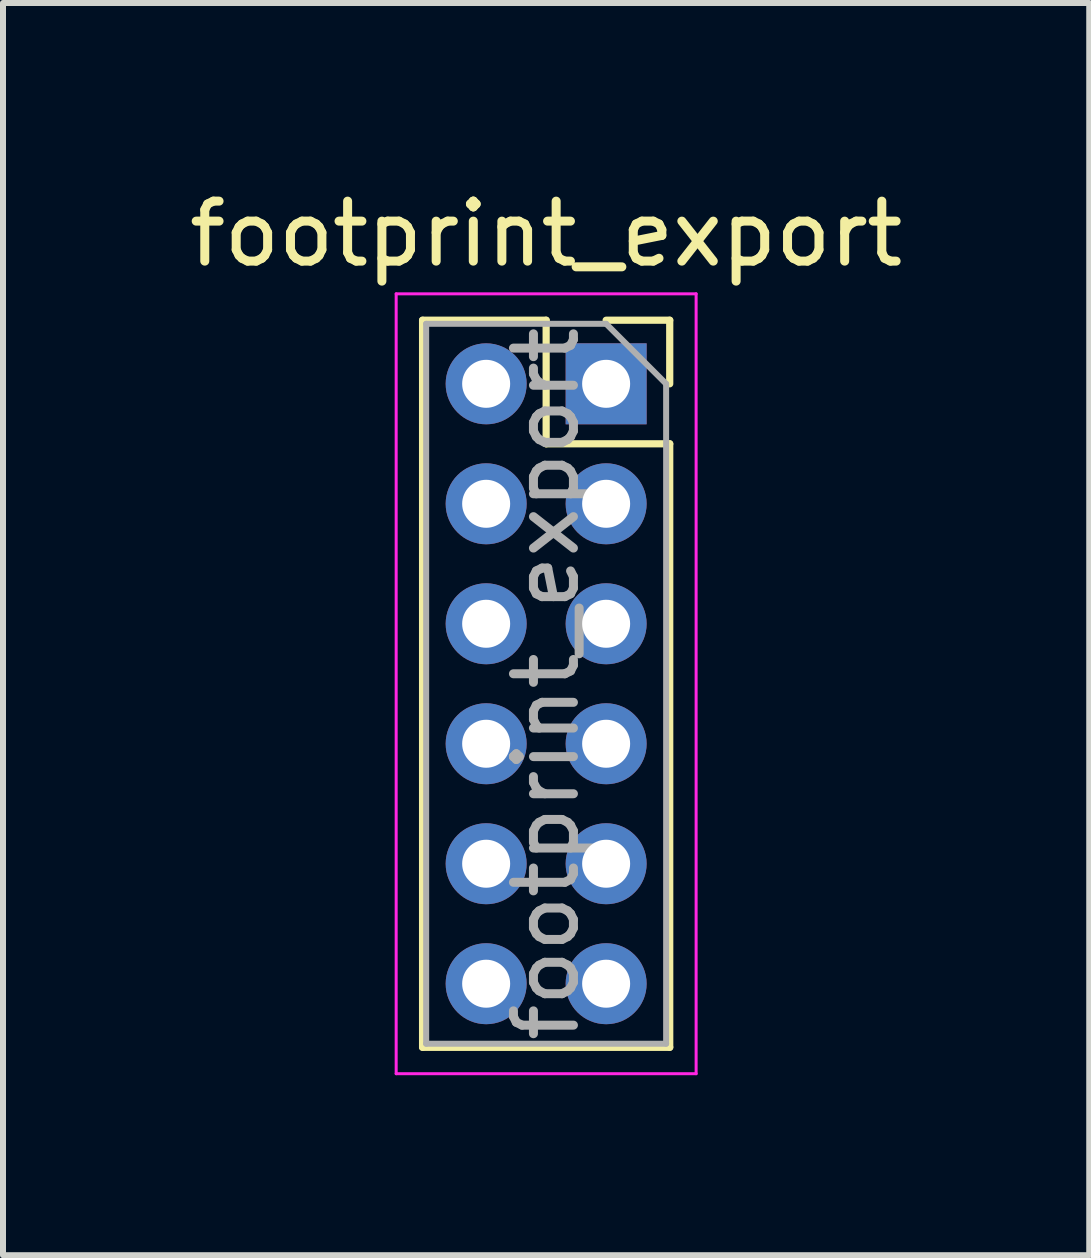
<source format=kicad_pcb>
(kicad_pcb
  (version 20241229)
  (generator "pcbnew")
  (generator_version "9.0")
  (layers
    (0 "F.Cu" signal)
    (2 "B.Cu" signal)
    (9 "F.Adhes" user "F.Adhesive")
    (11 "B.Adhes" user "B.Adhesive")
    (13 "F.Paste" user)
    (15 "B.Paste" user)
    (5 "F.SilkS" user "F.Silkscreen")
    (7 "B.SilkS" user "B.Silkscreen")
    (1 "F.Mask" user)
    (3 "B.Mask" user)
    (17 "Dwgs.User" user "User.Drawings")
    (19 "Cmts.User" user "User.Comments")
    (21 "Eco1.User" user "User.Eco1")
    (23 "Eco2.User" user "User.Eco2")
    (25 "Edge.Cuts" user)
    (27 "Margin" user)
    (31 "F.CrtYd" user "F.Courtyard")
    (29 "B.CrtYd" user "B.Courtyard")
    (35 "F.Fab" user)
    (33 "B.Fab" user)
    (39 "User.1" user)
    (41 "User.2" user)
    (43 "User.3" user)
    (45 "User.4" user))
  (footprint "footprint_export"
    (layer "F.Cu")
    (at 7.054 3.348)
    (property "Reference" "footprint_export" (at -1 -2.5 0) (layer "F.SilkS") (effects (font (size 1 1) (thickness 0.15))))
    (attr through_hole)
    (fp_line (start -3.06 -1.06) (end -3.06 11.06) (stroke (width 0.12) (type solid)) (layer "F.SilkS"))
    (fp_line (start -3.06 -1.06) (end -1 -1.06) (stroke (width 0.12) (type solid)) (layer "F.SilkS"))
    (fp_line (start -3.06 11.06) (end 1.06 11.06) (stroke (width 0.12) (type solid)) (layer "F.SilkS"))
    (fp_line (start -1 -1.06) (end -1 1) (stroke (width 0.12) (type solid)) (layer "F.SilkS"))
    (fp_line (start -1 1) (end 1.06 1) (stroke (width 0.12) (type solid)) (layer "F.SilkS"))
    (fp_line (start 0 -1.06) (end 1.06 -1.06) (stroke (width 0.12) (type solid)) (layer "F.SilkS"))
    (fp_line (start 1.06 -1.06) (end 1.06 0) (stroke (width 0.12) (type solid)) (layer "F.SilkS"))
    (fp_line (start 1.06 1) (end 1.06 11.06) (stroke (width 0.12) (type solid)) (layer "F.SilkS"))
    (fp_line (start -3.5 -1.5) (end 1.5 -1.5) (stroke (width 0.05) (type solid)) (layer "F.CrtYd"))
    (fp_line (start -3.5 11.5) (end -3.5 -1.5) (stroke (width 0.05) (type solid)) (layer "F.CrtYd"))
    (fp_line (start 1.5 -1.5) (end 1.5 11.5) (stroke (width 0.05) (type solid)) (layer "F.CrtYd"))
    (fp_line (start 1.5 11.5) (end -3.5 11.5) (stroke (width 0.05) (type solid)) (layer "F.CrtYd"))
    (fp_line (start -3 -1) (end 0 -1) (stroke (width 0.1) (type solid)) (layer "F.Fab"))
    (fp_line (start -3 11) (end -3 -1) (stroke (width 0.1) (type solid)) (layer "F.Fab"))
    (fp_line (start 0 -1) (end 1 0) (stroke (width 0.1) (type solid)) (layer "F.Fab"))
    (fp_line (start 1 0) (end 1 11) (stroke (width 0.1) (type solid)) (layer "F.Fab"))
    (fp_line (start 1 11) (end -3 11) (stroke (width 0.1) (type solid)) (layer "F.Fab"))
    (fp_text user "${REFERENCE}" (at -1 5 90) (layer "F.Fab") (effects (font (size 1 1) (thickness 0.15))))
    (pad "1" thru_hole rect (at 0 0) (size 1.35 1.35) (drill 0.8) (layers "*.Cu" "*.Mask"))
    (pad "2" thru_hole oval (at -2 0) (size 1.35 1.35) (drill 0.8) (layers "*.Cu" "*.Mask"))
    (pad "3" thru_hole oval (at 0 2) (size 1.35 1.35) (drill 0.8) (layers "*.Cu" "*.Mask"))
    (pad "4" thru_hole oval (at -2 2) (size 1.35 1.35) (drill 0.8) (layers "*.Cu" "*.Mask"))
    (pad "5" thru_hole oval (at 0 4) (size 1.35 1.35) (drill 0.8) (layers "*.Cu" "*.Mask"))
    (pad "6" thru_hole oval (at -2 4) (size 1.35 1.35) (drill 0.8) (layers "*.Cu" "*.Mask"))
    (pad "7" thru_hole oval (at 0 6) (size 1.35 1.35) (drill 0.8) (layers "*.Cu" "*.Mask"))
    (pad "8" thru_hole oval (at -2 6) (size 1.35 1.35) (drill 0.8) (layers "*.Cu" "*.Mask"))
    (pad "9" thru_hole oval (at 0 8) (size 1.35 1.35) (drill 0.8) (layers "*.Cu" "*.Mask"))
    (pad "10" thru_hole oval (at -2 8) (size 1.35 1.35) (drill 0.8) (layers "*.Cu" "*.Mask"))
    (pad "11" thru_hole oval (at 0 10) (size 1.35 1.35) (drill 0.8) (layers "*.Cu" "*.Mask"))
    (pad "12" thru_hole oval (at -2 10) (size 1.35 1.35) (drill 0.8) (layers "*.Cu" "*.Mask")))
  (gr_rect
    (start -3 -3)
    (end 15.107 17.873)
    (stroke (width 0.1) (type default))
    (fill no)
    (layer "Edge.Cuts")))
</source>
